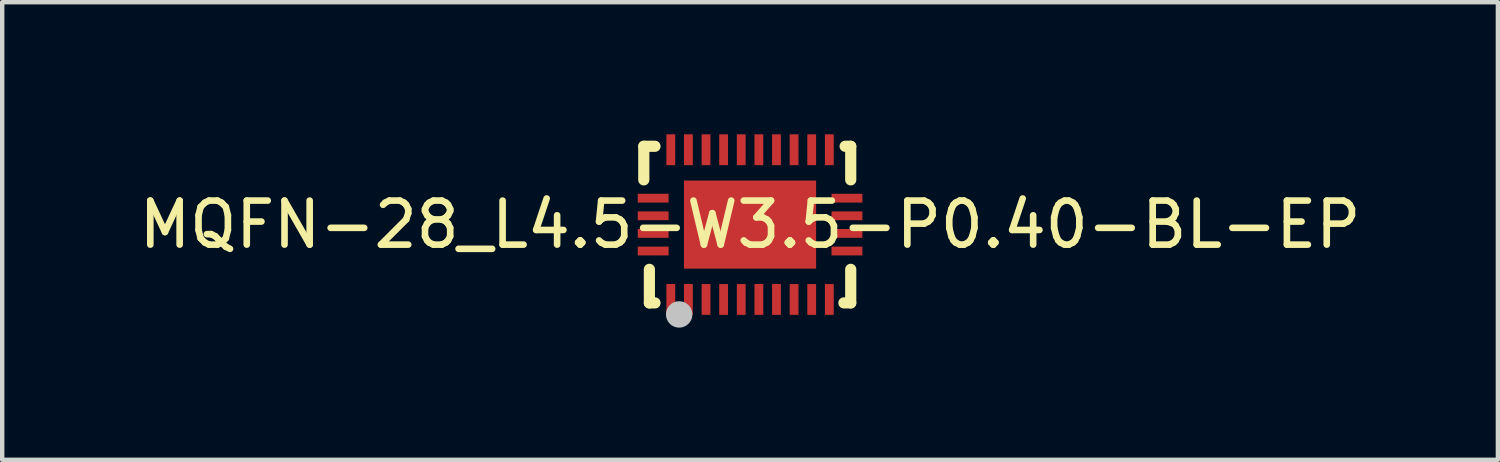
<source format=kicad_pcb>
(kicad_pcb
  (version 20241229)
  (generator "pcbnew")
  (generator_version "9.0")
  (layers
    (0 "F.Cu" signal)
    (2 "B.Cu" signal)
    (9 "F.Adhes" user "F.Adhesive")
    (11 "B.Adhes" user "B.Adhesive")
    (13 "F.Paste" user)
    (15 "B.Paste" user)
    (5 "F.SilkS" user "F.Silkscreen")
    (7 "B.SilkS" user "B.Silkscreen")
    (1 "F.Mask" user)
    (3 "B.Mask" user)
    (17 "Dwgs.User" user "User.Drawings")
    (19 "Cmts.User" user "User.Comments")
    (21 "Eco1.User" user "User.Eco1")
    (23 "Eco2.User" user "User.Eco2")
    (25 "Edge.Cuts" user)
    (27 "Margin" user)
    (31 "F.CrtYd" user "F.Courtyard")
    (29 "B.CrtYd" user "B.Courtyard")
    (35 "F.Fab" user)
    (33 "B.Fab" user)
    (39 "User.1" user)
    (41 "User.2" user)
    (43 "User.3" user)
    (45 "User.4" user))
  (footprint "MQFN-28_L4.5-W3.5-P0.40-BL-EP"
    (layer "F.Cu")
    (at 13.982 2.05)
    (property "Reference" "MQFN-28_L4.5-W3.5-P0.40-BL-EP" (at 0 0 0) (layer "F.SilkS") (effects (font (size 1 1) (thickness 0.15))))
    (fp_line (start -2.413 -1.778) (end -2.413 -1.016) (stroke (width 0.254) (type default)) (layer "F.SilkS"))
    (fp_line (start -2.286 1.778) (end -2.286 1.016) (stroke (width 0.254) (type default)) (layer "F.SilkS"))
    (fp_line (start -2.159 -1.778) (end -2.413 -1.778) (stroke (width 0.254) (type default)) (layer "F.SilkS"))
    (fp_line (start -2.159 1.778) (end -2.286 1.778) (stroke (width 0.254) (type default)) (layer "F.SilkS"))
    (fp_line (start 2.131 1.778) (end 2.286 1.778) (stroke (width 0.254) (type default)) (layer "F.SilkS"))
    (fp_line (start 2.159 -1.778) (end 2.286 -1.778) (stroke (width 0.254) (type default)) (layer "F.SilkS"))
    (fp_line (start 2.286 -1.778) (end 2.286 -1.016) (stroke (width 0.254) (type default)) (layer "F.SilkS"))
    (fp_line (start 2.286 1.778) (end 2.286 1.016) (stroke (width 0.254) (type default)) (layer "F.SilkS"))
    (fp_poly (pts (xy -1.9 -2.05) (xy -1.9 -1.35) (xy -1.7 -1.35) (xy -1.7 -2.05)) (stroke (width 0) (type default)) (fill yes) (layer "F.Paste"))
    (fp_poly (pts (xy -1.85 -0.5) (xy -1.85 -0.7) (xy -2.55 -0.7) (xy -2.55 -0.5)) (stroke (width 0) (type default)) (fill yes) (layer "F.Paste"))
    (fp_poly (pts (xy -1.85 -0.1) (xy -1.85 -0.3) (xy -2.55 -0.3) (xy -2.55 -0.1)) (stroke (width 0) (type default)) (fill yes) (layer "F.Paste"))
    (fp_poly (pts (xy -1.85 0.3) (xy -1.85 0.1) (xy -2.55 0.1) (xy -2.55 0.3)) (stroke (width 0) (type default)) (fill yes) (layer "F.Paste"))
    (fp_poly (pts (xy -1.85 0.7) (xy -1.85 0.5) (xy -2.55 0.5) (xy -2.55 0.7)) (stroke (width 0) (type default)) (fill yes) (layer "F.Paste"))
    (fp_poly (pts (xy -1.7 2.05) (xy -1.7 1.35) (xy -1.9 1.35) (xy -1.9 2.05)) (stroke (width 0) (type default)) (fill yes) (layer "F.Paste"))
    (fp_poly (pts (xy -1.5 -2.05) (xy -1.5 -1.35) (xy -1.3 -1.35) (xy -1.3 -2.05)) (stroke (width 0) (type default)) (fill yes) (layer "F.Paste"))
    (fp_poly (pts (xy -1.3 2.05) (xy -1.3 1.35) (xy -1.5 1.35) (xy -1.5 2.05)) (stroke (width 0) (type default)) (fill yes) (layer "F.Paste"))
    (fp_poly (pts (xy -1.2 -0.8) (xy 1.2 -0.8) (xy 1.2 0.8) (xy -1.2 0.8)) (stroke (width 0) (type default)) (fill yes) (layer "F.Paste"))
    (fp_poly (pts (xy -0.9 -1.35) (xy -0.9 -2.05) (xy -1.1 -2.05) (xy -1.1 -1.35)) (stroke (width 0) (type default)) (fill yes) (layer "F.Paste"))
    (fp_poly (pts (xy -0.9 2.05) (xy -0.9 1.35) (xy -1.1 1.35) (xy -1.1 2.05)) (stroke (width 0) (type default)) (fill yes) (layer "F.Paste"))
    (fp_poly (pts (xy -0.7 -2.05) (xy -0.7 -1.35) (xy -0.5 -1.35) (xy -0.5 -2.05)) (stroke (width 0) (type default)) (fill yes) (layer "F.Paste"))
    (fp_poly (pts (xy -0.5 2.05) (xy -0.5 1.35) (xy -0.7 1.35) (xy -0.7 2.05)) (stroke (width 0) (type default)) (fill yes) (layer "F.Paste"))
    (fp_poly (pts (xy -0.3 -2.05) (xy -0.3 -1.35) (xy -0.1 -1.35) (xy -0.1 -2.05)) (stroke (width 0) (type default)) (fill yes) (layer "F.Paste"))
    (fp_poly (pts (xy -0.1 2.05) (xy -0.1 1.35) (xy -0.3 1.35) (xy -0.3 2.05)) (stroke (width 0) (type default)) (fill yes) (layer "F.Paste"))
    (fp_poly (pts (xy 0.1 1.35) (xy 0.1 2.05) (xy 0.3 2.05) (xy 0.3 1.35)) (stroke (width 0) (type default)) (fill yes) (layer "F.Paste"))
    (fp_poly (pts (xy 0.3 -1.35) (xy 0.3 -2.05) (xy 0.1 -2.05) (xy 0.1 -1.35)) (stroke (width 0) (type default)) (fill yes) (layer "F.Paste"))
    (fp_poly (pts (xy 0.5 1.35) (xy 0.5 2.05) (xy 0.7 2.05) (xy 0.7 1.35)) (stroke (width 0) (type default)) (fill yes) (layer "F.Paste"))
    (fp_poly (pts (xy 0.7 -1.35) (xy 0.7 -2.05) (xy 0.5 -2.05) (xy 0.5 -1.35)) (stroke (width 0) (type default)) (fill yes) (layer "F.Paste"))
    (fp_poly (pts (xy 0.9 1.35) (xy 0.9 2.05) (xy 1.1 2.05) (xy 1.1 1.35)) (stroke (width 0) (type default)) (fill yes) (layer "F.Paste"))
    (fp_poly (pts (xy 1.1 -1.35) (xy 1.1 -2.05) (xy 0.9 -2.05) (xy 0.9 -1.35)) (stroke (width 0) (type default)) (fill yes) (layer "F.Paste"))
    (fp_poly (pts (xy 1.3 1.35) (xy 1.3 2.05) (xy 1.5 2.05) (xy 1.5 1.35)) (stroke (width 0) (type default)) (fill yes) (layer "F.Paste"))
    (fp_poly (pts (xy 1.5 -1.35) (xy 1.5 -2.05) (xy 1.3 -2.05) (xy 1.3 -1.35)) (stroke (width 0) (type default)) (fill yes) (layer "F.Paste"))
    (fp_poly (pts (xy 1.7 1.35) (xy 1.7 2.05) (xy 1.9 2.05) (xy 1.9 1.35)) (stroke (width 0) (type default)) (fill yes) (layer "F.Paste"))
    (fp_poly (pts (xy 1.85 -0.7) (xy 1.85 -0.5) (xy 2.55 -0.5) (xy 2.55 -0.7)) (stroke (width 0) (type default)) (fill yes) (layer "F.Paste"))
    (fp_poly (pts (xy 1.85 -0.3) (xy 1.85 -0.1) (xy 2.55 -0.1) (xy 2.55 -0.3)) (stroke (width 0) (type default)) (fill yes) (layer "F.Paste"))
    (fp_poly (pts (xy 1.85 0.1) (xy 1.85 0.3) (xy 2.55 0.3) (xy 2.55 0.1)) (stroke (width 0) (type default)) (fill yes) (layer "F.Paste"))
    (fp_poly (pts (xy 1.9 -1.35) (xy 1.9 -2.05) (xy 1.7 -2.05) (xy 1.7 -1.35)) (stroke (width 0) (type default)) (fill yes) (layer "F.Paste"))
    (fp_poly (pts (xy 2.55 0.7) (xy 2.55 0.5) (xy 1.85 0.5) (xy 1.85 0.7)) (stroke (width 0) (type default)) (fill yes) (layer "F.Paste"))
    (fp_circle (center -1.61 2.04) (end -1.46 2.04) (stroke (width 0.3) (type default)) (fill no) (layer "Dwgs.User"))
    (fp_poly (pts (xy -1.9 1.35) (xy -1.7 1.35) (xy -1.7 1.75) (xy -1.9 1.75)) (stroke (width 0.1) (type default)) (fill no) (layer "User.1"))
    (fp_poly (pts (xy -1.85 -0.7) (xy -1.85 -0.5) (xy -2.25 -0.5) (xy -2.25 -0.7)) (stroke (width 0.1) (type default)) (fill no) (layer "User.1"))
    (fp_poly (pts (xy -1.85 -0.3) (xy -1.85 -0.1) (xy -2.25 -0.1) (xy -2.25 -0.3)) (stroke (width 0.1) (type default)) (fill no) (layer "User.1"))
    (fp_poly (pts (xy -1.85 0.1) (xy -1.85 0.3) (xy -2.25 0.3) (xy -2.25 0.1)) (stroke (width 0.1) (type default)) (fill no) (layer "User.1"))
    (fp_poly (pts (xy -1.85 0.5) (xy -1.85 0.7) (xy -2.25 0.7) (xy -2.25 0.5)) (stroke (width 0.1) (type default)) (fill no) (layer "User.1"))
    (fp_poly (pts (xy -1.7 -1.35) (xy -1.9 -1.35) (xy -1.9 -1.75) (xy -1.7 -1.75)) (stroke (width 0.1) (type default)) (fill no) (layer "User.1"))
    (fp_poly (pts (xy -1.5 -1) (xy 1.5 -1) (xy 1.5 1) (xy -1.5 1)) (stroke (width 0.1) (type default)) (fill no) (layer "User.1"))
    (fp_poly (pts (xy -1.5 1.35) (xy -1.3 1.35) (xy -1.3 1.75) (xy -1.5 1.75)) (stroke (width 0.1) (type default)) (fill no) (layer "User.1"))
    (fp_poly (pts (xy -1.3 -1.35) (xy -1.5 -1.35) (xy -1.5 -1.75) (xy -1.3 -1.75)) (stroke (width 0.1) (type default)) (fill no) (layer "User.1"))
    (fp_poly (pts (xy -1.1 1.35) (xy -0.9 1.35) (xy -0.9 1.75) (xy -1.1 1.75)) (stroke (width 0.1) (type default)) (fill no) (layer "User.1"))
    (fp_poly (pts (xy -0.9 -1.35) (xy -1.1 -1.35) (xy -1.1 -1.75) (xy -0.9 -1.75)) (stroke (width 0.1) (type default)) (fill no) (layer "User.1"))
    (fp_poly (pts (xy -0.7 1.35) (xy -0.5 1.35) (xy -0.5 1.75) (xy -0.7 1.75)) (stroke (width 0.1) (type default)) (fill no) (layer "User.1"))
    (fp_poly (pts (xy -0.5 -1.35) (xy -0.7 -1.35) (xy -0.7 -1.75) (xy -0.5 -1.75)) (stroke (width 0.1) (type default)) (fill no) (layer "User.1"))
    (fp_poly (pts (xy -0.3 1.35) (xy -0.1 1.35) (xy -0.1 1.75) (xy -0.3 1.75)) (stroke (width 0.1) (type default)) (fill no) (layer "User.1"))
    (fp_poly (pts (xy -0.1 -1.35) (xy -0.3 -1.35) (xy -0.3 -1.75) (xy -0.1 -1.75)) (stroke (width 0.1) (type default)) (fill no) (layer "User.1"))
    (fp_poly (pts (xy 0.1 1.35) (xy 0.3 1.35) (xy 0.3 1.75) (xy 0.1 1.75)) (stroke (width 0.1) (type default)) (fill no) (layer "User.1"))
    (fp_poly (pts (xy 0.3 -1.35) (xy 0.1 -1.35) (xy 0.1 -1.75) (xy 0.3 -1.75)) (stroke (width 0.1) (type default)) (fill no) (layer "User.1"))
    (fp_poly (pts (xy 0.5 1.35) (xy 0.7 1.35) (xy 0.7 1.75) (xy 0.5 1.75)) (stroke (width 0.1) (type default)) (fill no) (layer "User.1"))
    (fp_poly (pts (xy 0.7 -1.35) (xy 0.5 -1.35) (xy 0.5 -1.75) (xy 0.7 -1.75)) (stroke (width 0.1) (type default)) (fill no) (layer "User.1"))
    (fp_poly (pts (xy 0.9 1.35) (xy 1.1 1.35) (xy 1.1 1.75) (xy 0.9 1.75)) (stroke (width 0.1) (type default)) (fill no) (layer "User.1"))
    (fp_poly (pts (xy 1.1 -1.35) (xy 0.9 -1.35) (xy 0.9 -1.75) (xy 1.1 -1.75)) (stroke (width 0.1) (type default)) (fill no) (layer "User.1"))
    (fp_poly (pts (xy 1.3 1.35) (xy 1.5 1.35) (xy 1.5 1.75) (xy 1.3 1.75)) (stroke (width 0.1) (type default)) (fill no) (layer "User.1"))
    (fp_poly (pts (xy 1.5 -1.35) (xy 1.3 -1.35) (xy 1.3 -1.75) (xy 1.5 -1.75)) (stroke (width 0.1) (type default)) (fill no) (layer "User.1"))
    (fp_poly (pts (xy 1.7 1.35) (xy 1.9 1.35) (xy 1.9 1.75) (xy 1.7 1.75)) (stroke (width 0.1) (type default)) (fill no) (layer "User.1"))
    (fp_poly (pts (xy 1.85 -0.5) (xy 1.85 -0.7) (xy 2.25 -0.7) (xy 2.25 -0.5)) (stroke (width 0.1) (type default)) (fill no) (layer "User.1"))
    (fp_poly (pts (xy 1.85 -0.1) (xy 1.85 -0.3) (xy 2.25 -0.3) (xy 2.25 -0.1)) (stroke (width 0.1) (type default)) (fill no) (layer "User.1"))
    (fp_poly (pts (xy 1.85 0.3) (xy 1.85 0.1) (xy 2.25 0.1) (xy 2.25 0.3)) (stroke (width 0.1) (type default)) (fill no) (layer "User.1"))
    (fp_poly (pts (xy 1.85 0.7) (xy 1.85 0.5) (xy 2.25 0.5) (xy 2.25 0.7)) (stroke (width 0.1) (type default)) (fill no) (layer "User.1"))
    (fp_poly (pts (xy 1.9 -1.35) (xy 1.7 -1.35) (xy 1.7 -1.75) (xy 1.9 -1.75)) (stroke (width 0.1) (type default)) (fill no) (layer "User.1"))
    (fp_line (start -2.25 -1.75) (end 2.25 -1.75) (stroke (width 0.051) (type default)) (layer "User.2"))
    (fp_line (start -2.25 1.75) (end -2.25 -1.75) (stroke (width 0.051) (type default)) (layer "User.2"))
    (fp_line (start 2.25 -1.75) (end 2.25 1.75) (stroke (width 0.051) (type default)) (layer "User.2"))
    (fp_line (start 2.25 1.75) (end -2.25 1.75) (stroke (width 0.051) (type default)) (layer "User.2"))
    (fp_poly (pts (xy -2.19 1.75) (xy -2.208 1.708) (xy -2.25 1.69) (xy -2.292 1.708) (xy -2.31 1.75) (xy -2.292 1.792) (xy -2.25 1.81) (xy -2.208 1.792)) (stroke (width 0.1) (type default)) (fill no) (layer "User.3"))
    (pad "1" smd rect (at -1.8 1.7) (size 0.2 0.7) (layers "F.Cu" "F.Mask" "F.Paste"))
    (pad "2" smd rect (at -1.4 1.7) (size 0.2 0.7) (layers "F.Cu" "F.Mask" "F.Paste"))
    (pad "3" smd rect (at -1 1.7) (size 0.2 0.7) (layers "F.Cu" "F.Mask" "F.Paste"))
    (pad "4" smd rect (at -0.6 1.7) (size 0.2 0.7) (layers "F.Cu" "F.Mask" "F.Paste"))
    (pad "5" smd rect (at -0.2 1.7) (size 0.2 0.7) (layers "F.Cu" "F.Mask" "F.Paste"))
    (pad "6" smd rect (at 0.2 1.7) (size 0.2 0.7) (layers "F.Cu" "F.Mask" "F.Paste"))
    (pad "7" smd rect (at 0.6 1.7) (size 0.2 0.7) (layers "F.Cu" "F.Mask" "F.Paste"))
    (pad "8" smd rect (at 1 1.7) (size 0.2 0.7) (layers "F.Cu" "F.Mask" "F.Paste"))
    (pad "9" smd rect (at 1.4 1.7) (size 0.2 0.7) (layers "F.Cu" "F.Mask" "F.Paste"))
    (pad "10" smd rect (at 1.8 1.7) (size 0.2 0.7) (layers "F.Cu" "F.Mask" "F.Paste"))
    (pad "11" smd rect (at 2.2 0.6) (size 0.7 0.2) (layers "F.Cu" "F.Mask" "F.Paste"))
    (pad "12" smd rect (at 2.2 0.2) (size 0.7 0.2) (layers "F.Cu" "F.Mask" "F.Paste"))
    (pad "13" smd rect (at 2.2 -0.2) (size 0.7 0.2) (layers "F.Cu" "F.Mask" "F.Paste"))
    (pad "14" smd rect (at 2.2 -0.6) (size 0.7 0.2) (layers "F.Cu" "F.Mask" "F.Paste"))
    (pad "15" smd rect (at 1.8 -1.7) (size 0.2 0.7) (layers "F.Cu" "F.Mask" "F.Paste"))
    (pad "16" smd rect (at 1.4 -1.7) (size 0.2 0.7) (layers "F.Cu" "F.Mask" "F.Paste"))
    (pad "17" smd rect (at 1 -1.7) (size 0.2 0.7) (layers "F.Cu" "F.Mask" "F.Paste"))
    (pad "18" smd rect (at 0.6 -1.7) (size 0.2 0.7) (layers "F.Cu" "F.Mask" "F.Paste"))
    (pad "19" smd rect (at 0.2 -1.7) (size 0.2 0.7) (layers "F.Cu" "F.Mask" "F.Paste"))
    (pad "20" smd rect (at -0.2 -1.7) (size 0.2 0.7) (layers "F.Cu" "F.Mask" "F.Paste"))
    (pad "21" smd rect (at -0.6 -1.7) (size 0.2 0.7) (layers "F.Cu" "F.Mask" "F.Paste"))
    (pad "22" smd rect (at -1 -1.7) (size 0.2 0.7) (layers "F.Cu" "F.Mask" "F.Paste"))
    (pad "23" smd rect (at -1.4 -1.7) (size 0.2 0.7) (layers "F.Cu" "F.Mask" "F.Paste"))
    (pad "24" smd rect (at -1.8 -1.7) (size 0.2 0.7) (layers "F.Cu" "F.Mask" "F.Paste"))
    (pad "25" smd rect (at -2.2 -0.6) (size 0.7 0.2) (layers "F.Cu" "F.Mask" "F.Paste"))
    (pad "26" smd rect (at -2.2 -0.2) (size 0.7 0.2) (layers "F.Cu" "F.Mask" "F.Paste"))
    (pad "27" smd rect (at -2.2 0.2) (size 0.7 0.2) (layers "F.Cu" "F.Mask" "F.Paste"))
    (pad "28" smd rect (at -2.2 0.6) (size 0.7 0.2) (layers "F.Cu" "F.Mask" "F.Paste"))
    (pad "29" smd rect (at 0 0) (size 3 2) (layers "F.Cu" "F.Mask" "F.Paste")))
  (gr_rect
    (start -3 -3)
    (end 30.964 7.391)
    (stroke (width 0.1) (type default))
    (fill no)
    (layer "Edge.Cuts")))
</source>
